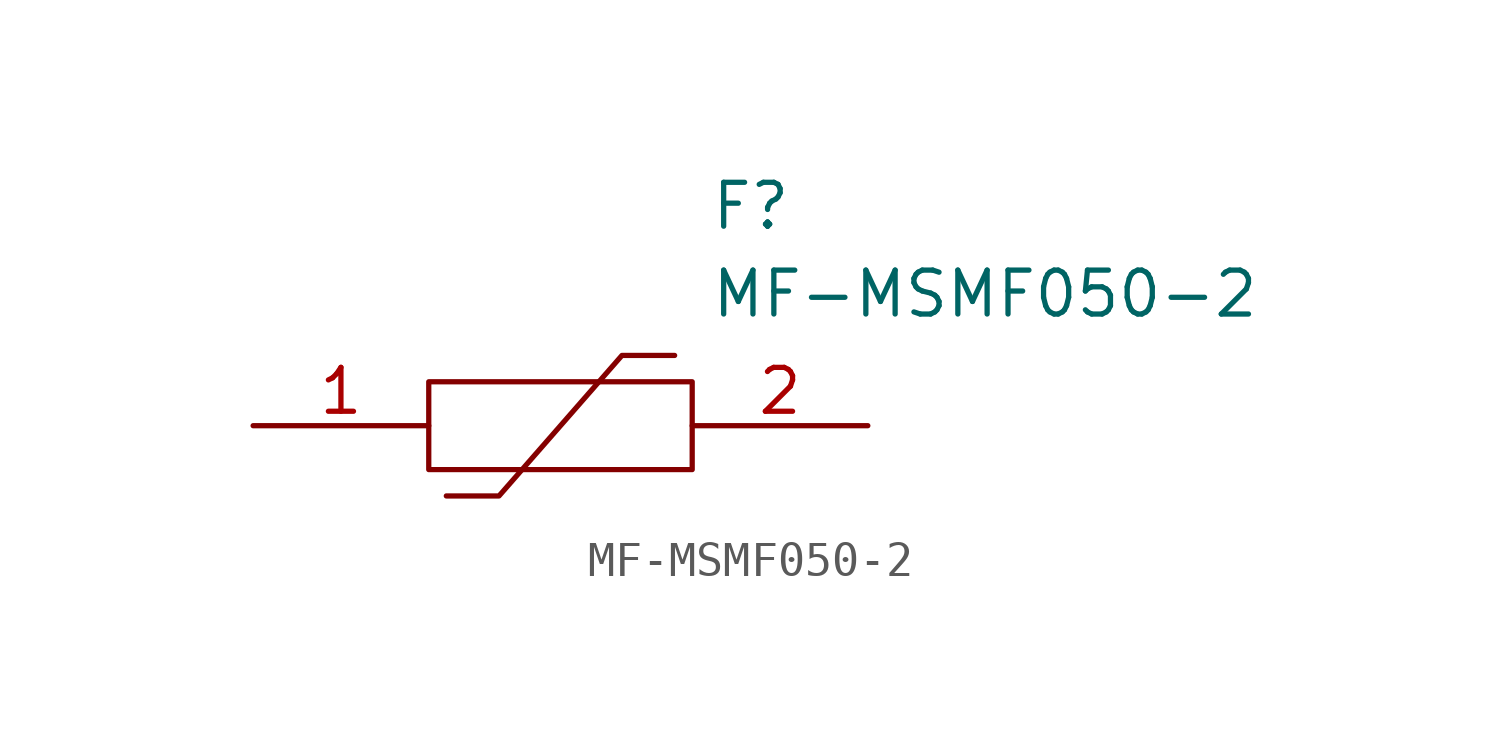
<source format=kicad_sym>
(kicad_symbol_lib
  (version 20220914)
  (generator kicad_symbol_editor)
  (symbol "MF-MSMF050-2"
    (pin_names
      (offset 0.762))
    (property "Reference" "F"
      (at 13.97 6.35 0)
      (effects (font (size 1.27 1.27)) (justify left)))
    (property "Value" "MF-MSMF050-2"
      (at 13.97 3.81 0)
      (effects (font (size 1.27 1.27)) (justify left)))
    (symbol "MF-MSMF050-2_0_0"
      (pin passive line (at 0.762 0 0) (length 5.08) (name "~" (effects (font (size 1.27 1.27)))) (number "1" (effects (font (size 1.27 1.27)))))
      (pin passive line (at 18.542 0 180) (length 5.08) (name "~" (effects (font (size 1.27 1.27)))) (number "2" (effects (font (size 1.27 1.27))))))
    (symbol "MF-MSMF050-2_0_1"
      (polyline (pts (xy 6.35 -2.032) (xy 7.874 -2.032) (xy 11.43 2.032) (xy 12.954 2.032)) (stroke (width 0.152) (type default)) (fill (type none)))
      (polyline (pts (xy 5.842 1.27) (xy 13.462 1.27) (xy 13.462 -1.27) (xy 5.842 -1.27) (xy 5.842 1.27)) (stroke (width 0.152) (type default)) (fill (type none))))))
</source>
